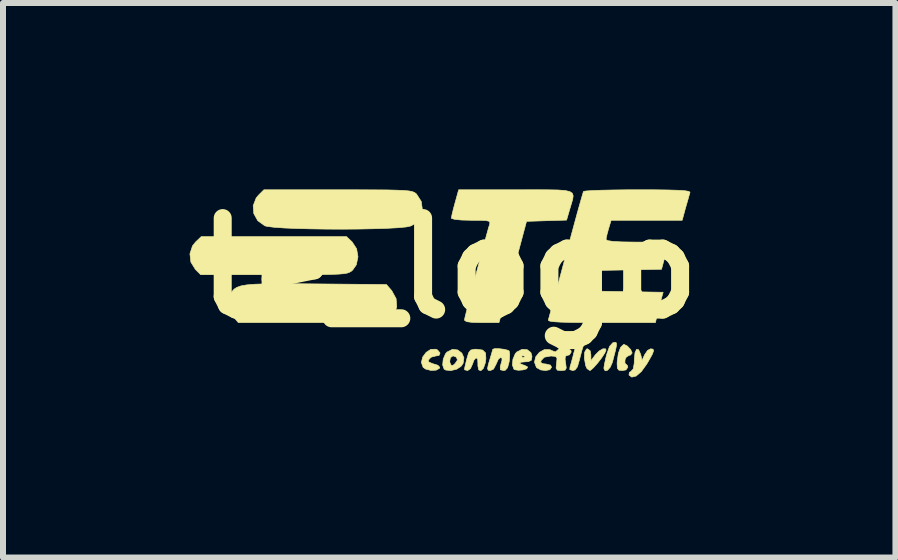
<source format=kicad_pcb>
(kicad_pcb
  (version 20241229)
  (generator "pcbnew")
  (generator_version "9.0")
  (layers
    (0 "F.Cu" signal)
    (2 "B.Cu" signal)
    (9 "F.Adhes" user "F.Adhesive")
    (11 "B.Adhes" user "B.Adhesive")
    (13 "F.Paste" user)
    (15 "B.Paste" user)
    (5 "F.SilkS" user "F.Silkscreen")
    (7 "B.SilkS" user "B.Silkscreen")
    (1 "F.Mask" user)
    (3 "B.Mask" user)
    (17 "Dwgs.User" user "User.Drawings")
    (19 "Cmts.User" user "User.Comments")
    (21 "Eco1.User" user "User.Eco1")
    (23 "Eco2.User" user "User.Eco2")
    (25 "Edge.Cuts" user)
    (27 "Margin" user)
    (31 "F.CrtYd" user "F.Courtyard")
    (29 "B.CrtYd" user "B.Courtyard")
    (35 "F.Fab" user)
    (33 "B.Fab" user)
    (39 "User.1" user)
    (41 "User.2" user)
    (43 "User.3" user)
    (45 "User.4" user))
  (footprint "te_logo"
    (layer "F.Cu")
    (at 4.434 1.418)
    (property "Reference" "te_logo" (at 0 0 0) (layer "F.SilkS") (effects (font (size 1.524 1.524) (thickness 0.3))))
    (attr through_hole)
    (fp_poly (pts (xy 2.238 1.25) (xy 2.233 1.297) (xy 2.21 1.37) (xy 2.181 1.48) (xy 2.168 1.533) (xy 2.136 1.643) (xy 2.097 1.695) (xy 2.058 1.705) (xy 2.008 1.69) (xy 2.013 1.642) (xy 2.035 1.569) (xy 2.064 1.459) (xy 2.077 1.406) (xy 2.11 1.296) (xy 2.148 1.244) (xy 2.187 1.234) (xy 2.238 1.25)) (stroke (width 0.01) (type solid)) (fill yes) (layer "F.SilkS"))
    (fp_poly (pts (xy 2.786 1.246) (xy 2.787 1.285) (xy 2.771 1.365) (xy 2.737 1.496) (xy 2.718 1.569) (xy 2.683 1.649) (xy 2.638 1.7) (xy 2.597 1.71) (xy 2.577 1.671) (xy 2.577 1.66) (xy 2.586 1.601) (xy 2.608 1.499) (xy 2.625 1.433) (xy 2.67 1.305) (xy 2.723 1.244) (xy 2.738 1.239) (xy 2.769 1.235) (xy 2.786 1.246)) (stroke (width 0.01) (type solid)) (fill yes) (layer "F.SilkS"))
    (fp_poly (pts (xy 2.348 1.375) (xy 2.36 1.442) (xy 2.361 1.542) (xy 2.435 1.442) (xy 2.497 1.38) (xy 2.56 1.343) (xy 2.604 1.343) (xy 2.613 1.363) (xy 2.591 1.415) (xy 2.538 1.496) (xy 2.47 1.584) (xy 2.402 1.66) (xy 2.352 1.702) (xy 2.343 1.705) (xy 2.297 1.675) (xy 2.273 1.624) (xy 2.251 1.498) (xy 2.256 1.4) (xy 2.287 1.347) (xy 2.304 1.343) (xy 2.348 1.375)) (stroke (width 0.01) (type solid)) (fill yes) (layer "F.SilkS"))
    (fp_poly (pts (xy -0.194 1.363) (xy -0.153 1.413) (xy -0.17 1.454) (xy -0.223 1.462) (xy -0.295 1.48) (xy -0.327 1.506) (xy -0.35 1.54) (xy -0.34 1.563) (xy -0.286 1.587) (xy -0.188 1.618) (xy -0.158 1.651) (xy -0.163 1.669) (xy -0.218 1.699) (xy -0.306 1.703) (xy -0.393 1.681) (xy -0.435 1.651) (xy -0.464 1.57) (xy -0.442 1.48) (xy -0.384 1.402) (xy -0.306 1.352) (xy -0.221 1.35) (xy -0.194 1.363)) (stroke (width 0.01) (type solid)) (fill yes) (layer "F.SilkS"))
    (fp_poly (pts (xy 2.968 1.297) (xy 3.023 1.356) (xy 3.048 1.413) (xy 3.019 1.448) (xy 2.998 1.451) (xy 2.949 1.482) (xy 2.929 1.524) (xy 2.927 1.582) (xy 2.943 1.597) (xy 2.972 1.626) (xy 2.975 1.651) (xy 2.944 1.695) (xy 2.883 1.705) (xy 2.826 1.699) (xy 2.801 1.667) (xy 2.797 1.588) (xy 2.799 1.551) (xy 2.818 1.418) (xy 2.855 1.319) (xy 2.903 1.272) (xy 2.914 1.27) (xy 2.968 1.297)) (stroke (width 0.01) (type solid)) (fill yes) (layer "F.SilkS"))
    (fp_poly (pts (xy -2.553 0.259) (xy -2.217 0.262) (xy -1.046 0.272) (xy -0.958 0.374) (xy -0.885 0.507) (xy -0.874 0.647) (xy -0.925 0.777) (xy -0.96 0.818) (xy -1.049 0.907) (xy -3.513 0.907) (xy -3.607 0.796) (xy -3.683 0.678) (xy -3.695 0.565) (xy -3.648 0.439) (xy -3.62 0.39) (xy -3.585 0.35) (xy -3.537 0.319) (xy -3.469 0.295) (xy -3.372 0.278) (xy -3.239 0.267) (xy -3.063 0.261) (xy -2.837 0.258) (xy -2.553 0.259)) (stroke (width 0.01) (type solid)) (fill yes) (layer "F.SilkS"))
    (fp_poly (pts (xy -1.618 -0.438) (xy -1.543 -0.324) (xy -1.52 -0.189) (xy -1.548 -0.056) (xy -1.608 0.03) (xy -1.632 0.051) (xy -1.661 0.068) (xy -1.7 0.082) (xy -1.759 0.092) (xy -1.845 0.099) (xy -1.965 0.104) (xy -2.128 0.107) (xy -2.341 0.108) (xy -2.612 0.109) (xy -2.916 0.109) (xy -4.14 0.109) (xy -4.229 0.02) (xy -4.304 -0.101) (xy -4.32 -0.24) (xy -4.277 -0.372) (xy -4.224 -0.438) (xy -4.131 -0.526) (xy -1.711 -0.526) (xy -1.618 -0.438)) (stroke (width 0.01) (type solid)) (fill yes) (layer "F.SilkS"))
    (fp_poly (pts (xy 3.395 1.349) (xy 3.405 1.376) (xy 3.383 1.435) (xy 3.325 1.539) (xy 3.291 1.597) (xy 3.2 1.723) (xy 3.114 1.797) (xy 3.041 1.815) (xy 2.995 1.78) (xy 3.001 1.737) (xy 3.028 1.719) (xy 3.065 1.679) (xy 3.082 1.587) (xy 3.084 1.517) (xy 3.095 1.407) (xy 3.121 1.352) (xy 3.155 1.358) (xy 3.188 1.431) (xy 3.193 1.45) (xy 3.213 1.535) (xy 3.257 1.439) (xy 3.305 1.369) (xy 3.356 1.343) (xy 3.395 1.349)) (stroke (width 0.01) (type solid)) (fill yes) (layer "F.SilkS"))
    (fp_poly (pts (xy 0.557 1.364) (xy 0.606 1.413) (xy 0.611 1.51) (xy 0.601 1.579) (xy 0.569 1.669) (xy 0.527 1.708) (xy 0.491 1.694) (xy 0.477 1.624) (xy 0.478 1.598) (xy 0.474 1.514) (xy 0.447 1.493) (xy 0.411 1.534) (xy 0.389 1.596) (xy 0.354 1.673) (xy 0.308 1.705) (xy 0.307 1.705) (xy 0.26 1.694) (xy 0.254 1.685) (xy 0.262 1.641) (xy 0.283 1.552) (xy 0.294 1.507) (xy 0.323 1.41) (xy 0.358 1.364) (xy 0.421 1.35) (xy 0.459 1.35) (xy 0.557 1.364)) (stroke (width 0.01) (type solid)) (fill yes) (layer "F.SilkS"))
    (fp_poly (pts (xy 0.141 1.362) (xy 0.21 1.414) (xy 0.245 1.493) (xy 0.232 1.584) (xy 0.198 1.634) (xy 0.123 1.683) (xy 0.025 1.706) (xy -0.059 1.697) (xy -0.085 1.681) (xy -0.109 1.613) (xy -0.104 1.556) (xy 0.008 1.556) (xy 0.015 1.582) (xy 0.038 1.625) (xy 0.071 1.613) (xy 0.1 1.585) (xy 0.138 1.529) (xy 0.118 1.482) (xy 0.116 1.481) (xy 0.062 1.46) (xy 0.019 1.492) (xy 0.008 1.556) (xy -0.104 1.556) (xy -0.1 1.517) (xy -0.063 1.428) (xy -0.038 1.398) (xy 0.054 1.352) (xy 0.141 1.362)) (stroke (width 0.01) (type solid)) (fill yes) (layer "F.SilkS"))
    (fp_poly (pts (xy 0.829 1.341) (xy 0.913 1.351) (xy 0.98 1.368) (xy 0.999 1.38) (xy 1.008 1.438) (xy 1.002 1.533) (xy 0.998 1.562) (xy 0.972 1.659) (xy 0.933 1.701) (xy 0.902 1.705) (xy 0.851 1.692) (xy 0.85 1.639) (xy 0.854 1.624) (xy 0.878 1.539) (xy 0.88 1.502) (xy 0.86 1.49) (xy 0.853 1.489) (xy 0.819 1.515) (xy 0.786 1.587) (xy 0.784 1.594) (xy 0.738 1.681) (xy 0.686 1.705) (xy 0.649 1.7) (xy 0.638 1.672) (xy 0.652 1.603) (xy 0.673 1.533) (xy 0.703 1.432) (xy 0.722 1.366) (xy 0.725 1.352) (xy 0.757 1.34) (xy 0.829 1.341)) (stroke (width 0.01) (type solid)) (fill yes) (layer "F.SilkS"))
    (fp_poly (pts (xy 1.298 1.357) (xy 1.361 1.406) (xy 1.379 1.47) (xy 1.368 1.533) (xy 1.32 1.557) (xy 1.264 1.56) (xy 1.194 1.567) (xy 1.174 1.585) (xy 1.176 1.587) (xy 1.234 1.613) (xy 1.245 1.614) (xy 1.3 1.641) (xy 1.306 1.651) (xy 1.289 1.677) (xy 1.228 1.695) (xy 1.153 1.701) (xy 1.092 1.691) (xy 1.078 1.683) (xy 1.052 1.613) (xy 1.061 1.517) (xy 1.084 1.464) (xy 1.21 1.464) (xy 1.215 1.485) (xy 1.234 1.488) (xy 1.264 1.474) (xy 1.258 1.464) (xy 1.215 1.459) (xy 1.21 1.464) (xy 1.084 1.464) (xy 1.099 1.427) (xy 1.123 1.398) (xy 1.212 1.352) (xy 1.298 1.357)) (stroke (width 0.01) (type solid)) (fill yes) (layer "F.SilkS"))
    (fp_poly (pts (xy -1.52 -1.306) (xy -1.252 -1.305) (xy -1.042 -1.304) (xy -0.881 -1.3) (xy -0.763 -1.295) (xy -0.679 -1.288) (xy -0.622 -1.278) (xy -0.585 -1.264) (xy -0.559 -1.248) (xy -0.545 -1.235) (xy -0.466 -1.112) (xy -0.447 -0.976) (xy -0.483 -0.846) (xy -0.572 -0.742) (xy -0.64 -0.703) (xy -0.715 -0.687) (xy -0.852 -0.674) (xy -1.037 -0.664) (xy -1.261 -0.657) (xy -1.51 -0.652) (xy -1.775 -0.65) (xy -2.043 -0.651) (xy -2.303 -0.655) (xy -2.544 -0.661) (xy -2.754 -0.67) (xy -2.921 -0.682) (xy -3.034 -0.696) (xy -3.072 -0.706) (xy -3.19 -0.791) (xy -3.256 -0.91) (xy -3.266 -1.042) (xy -3.216 -1.17) (xy -3.177 -1.217) (xy -3.088 -1.306) (xy -1.852 -1.306) (xy -1.52 -1.306)) (stroke (width 0.01) (type solid)) (fill yes) (layer "F.SilkS"))
    (fp_poly (pts (xy 1.978 1.286) (xy 1.978 1.306) (xy 1.98 1.34) (xy 1.994 1.343) (xy 2.028 1.372) (xy 2.032 1.397) (xy 2.003 1.444) (xy 1.974 1.451) (xy 1.936 1.465) (xy 1.93 1.519) (xy 1.939 1.578) (xy 1.95 1.663) (xy 1.932 1.698) (xy 1.873 1.705) (xy 1.866 1.705) (xy 1.801 1.699) (xy 1.78 1.664) (xy 1.788 1.584) (xy 1.796 1.503) (xy 1.772 1.47) (xy 1.699 1.463) (xy 1.693 1.463) (xy 1.584 1.483) (xy 1.529 1.541) (xy 1.525 1.569) (xy 1.555 1.59) (xy 1.615 1.597) (xy 1.688 1.615) (xy 1.705 1.651) (xy 1.676 1.691) (xy 1.606 1.705) (xy 1.525 1.695) (xy 1.458 1.658) (xy 1.452 1.651) (xy 1.42 1.566) (xy 1.441 1.477) (xy 1.502 1.402) (xy 1.585 1.356) (xy 1.677 1.357) (xy 1.708 1.372) (xy 1.768 1.395) (xy 1.812 1.359) (xy 1.823 1.343) (xy 1.884 1.285) (xy 1.934 1.27) (xy 1.978 1.286)) (stroke (width 0.01) (type solid)) (fill yes) (layer "F.SilkS"))
    (fp_poly (pts (xy 1.638 -1.306) (xy 1.81 -1.303) (xy 1.932 -1.294) (xy 2.01 -1.276) (xy 2.052 -1.247) (xy 2.065 -1.205) (xy 2.057 -1.148) (xy 2.035 -1.072) (xy 2.012 -0.996) (xy 1.955 -0.801) (xy 1.622 -0.791) (xy 1.288 -0.78) (xy 1.113 -0.127) (xy 1.053 0.095) (xy 0.996 0.307) (xy 0.945 0.493) (xy 0.905 0.638) (xy 0.883 0.717) (xy 0.829 0.907) (xy 0.542 0.907) (xy 0.384 0.903) (xy 0.291 0.891) (xy 0.255 0.868) (xy 0.254 0.862) (xy 0.263 0.817) (xy 0.288 0.716) (xy 0.325 0.569) (xy 0.371 0.389) (xy 0.423 0.189) (xy 0.478 -0.019) (xy 0.532 -0.222) (xy 0.582 -0.408) (xy 0.625 -0.565) (xy 0.657 -0.68) (xy 0.671 -0.723) (xy 0.678 -0.759) (xy 0.664 -0.781) (xy 0.616 -0.793) (xy 0.522 -0.797) (xy 0.367 -0.798) (xy 0.365 -0.798) (xy 0.205 -0.802) (xy 0.093 -0.813) (xy 0.039 -0.829) (xy 0.036 -0.835) (xy 0.045 -0.887) (xy 0.069 -0.986) (xy 0.097 -1.089) (xy 0.157 -1.306) (xy 1.113 -1.306) (xy 1.408 -1.307) (xy 1.638 -1.306)) (stroke (width 0.01) (type solid)) (fill yes) (layer "F.SilkS"))
    (fp_poly (pts (xy 3.427 -1.306) (xy 3.648 -1.303) (xy 3.811 -1.298) (xy 3.921 -1.291) (xy 3.985 -1.281) (xy 4.01 -1.268) (xy 4.011 -1.261) (xy 3.994 -1.203) (xy 3.965 -1.1) (xy 3.938 -1.007) (xy 3.881 -0.798) (xy 2.697 -0.798) (xy 2.655 -0.658) (xy 2.628 -0.559) (xy 2.613 -0.487) (xy 2.613 -0.477) (xy 2.641 -0.459) (xy 2.728 -0.446) (xy 2.878 -0.438) (xy 3.096 -0.435) (xy 3.136 -0.435) (xy 3.659 -0.435) (xy 3.598 -0.209) (xy 3.537 0.018) (xy 2.471 0.038) (xy 2.423 0.21) (xy 2.374 0.381) (xy 2.969 0.391) (xy 3.564 0.401) (xy 3.541 0.482) (xy 3.519 0.566) (xy 3.489 0.683) (xy 3.476 0.735) (xy 3.435 0.907) (xy 2.535 0.907) (xy 2.245 0.906) (xy 2.022 0.904) (xy 1.857 0.899) (xy 1.745 0.892) (xy 1.679 0.883) (xy 1.652 0.87) (xy 1.651 0.862) (xy 1.664 0.816) (xy 1.693 0.71) (xy 1.736 0.552) (xy 1.791 0.351) (xy 1.854 0.116) (xy 1.923 -0.142) (xy 1.943 -0.217) (xy 2.014 -0.48) (xy 2.079 -0.72) (xy 2.136 -0.929) (xy 2.183 -1.096) (xy 2.217 -1.214) (xy 2.235 -1.274) (xy 2.237 -1.279) (xy 2.277 -1.286) (xy 2.378 -1.293) (xy 2.533 -1.299) (xy 2.73 -1.303) (xy 2.958 -1.306) (xy 3.14 -1.306) (xy 3.427 -1.306)) (stroke (width 0.01) (type solid)) (fill yes) (layer "F.SilkS")))
  (gr_rect
    (start -3 -3)
    (end 11.868 6.238)
    (stroke (width 0.1) (type default))
    (fill no)
    (layer "Edge.Cuts")))
</source>
